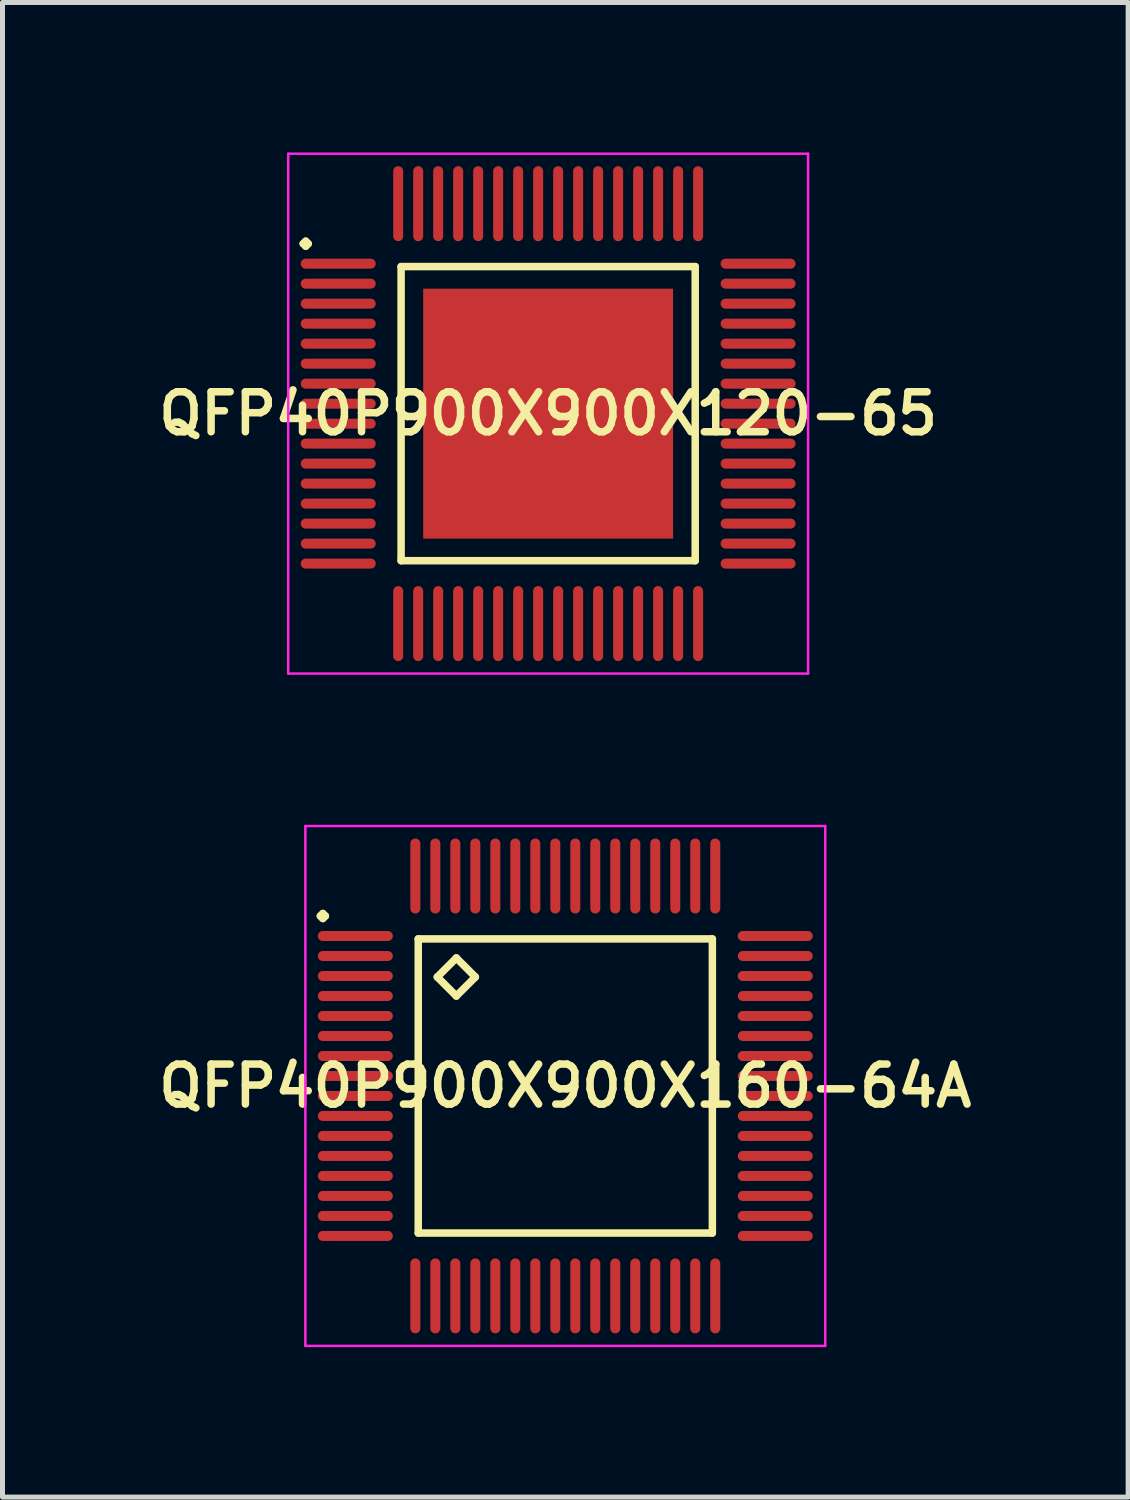
<source format=kicad_pcb>
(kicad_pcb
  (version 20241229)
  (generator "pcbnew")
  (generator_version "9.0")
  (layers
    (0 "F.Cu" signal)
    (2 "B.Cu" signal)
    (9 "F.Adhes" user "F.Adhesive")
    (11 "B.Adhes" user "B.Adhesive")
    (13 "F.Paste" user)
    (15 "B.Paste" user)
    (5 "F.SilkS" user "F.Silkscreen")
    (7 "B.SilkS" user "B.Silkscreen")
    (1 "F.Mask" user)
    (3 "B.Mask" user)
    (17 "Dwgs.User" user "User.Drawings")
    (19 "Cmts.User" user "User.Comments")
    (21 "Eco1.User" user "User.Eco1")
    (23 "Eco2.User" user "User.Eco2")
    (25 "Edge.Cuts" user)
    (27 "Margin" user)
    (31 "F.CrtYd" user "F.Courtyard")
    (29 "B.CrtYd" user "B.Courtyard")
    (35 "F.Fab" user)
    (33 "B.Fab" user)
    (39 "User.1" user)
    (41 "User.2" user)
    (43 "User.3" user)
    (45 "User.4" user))
  (footprint "QFP40P900X900X160-64A"
    (layer "F.Cu")
    (at 8.259 18.675)
    (property "Reference" "QFP40P900X900X160-64A" (at 0 0 0) (layer "F.SilkS") (effects (font (size 0.8 0.8) (thickness 0.15))))
    (attr smd)
    (fp_line (start -4.9 -3.4) (end -4.85 -3.45) (stroke (width 0.15) (type solid)) (layer "F.SilkS"))
    (fp_line (start -4.85 -3.45) (end -4.8 -3.4) (stroke (width 0.15) (type solid)) (layer "F.SilkS"))
    (fp_line (start -4.85 -3.35) (end -4.9 -3.4) (stroke (width 0.15) (type solid)) (layer "F.SilkS"))
    (fp_line (start -4.8 -3.4) (end -4.85 -3.35) (stroke (width 0.15) (type solid)) (layer "F.SilkS"))
    (fp_line (start -2.942 -2.942) (end -2.942 2.942) (stroke (width 0.15) (type solid)) (layer "F.SilkS"))
    (fp_line (start -2.942 2.942) (end 2.942 2.942) (stroke (width 0.15) (type solid)) (layer "F.SilkS"))
    (fp_line (start -2.561 -2.18) (end -2.18 -2.561) (stroke (width 0.15) (type solid)) (layer "F.SilkS"))
    (fp_line (start -2.18 -2.561) (end -1.799 -2.18) (stroke (width 0.15) (type solid)) (layer "F.SilkS"))
    (fp_line (start -2.18 -1.799) (end -2.561 -2.18) (stroke (width 0.15) (type solid)) (layer "F.SilkS"))
    (fp_line (start -1.799 -2.18) (end -2.18 -1.799) (stroke (width 0.15) (type solid)) (layer "F.SilkS"))
    (fp_line (start 2.942 -2.942) (end -2.942 -2.942) (stroke (width 0.15) (type solid)) (layer "F.SilkS"))
    (fp_line (start 2.942 2.942) (end 2.942 -2.942) (stroke (width 0.15) (type solid)) (layer "F.SilkS"))
    (fp_line (start -5.2 -5.2) (end 5.2 -5.2) (stroke (width 0.05) (type solid)) (layer "F.CrtYd"))
    (fp_line (start -5.2 5.2) (end -5.2 -5.2) (stroke (width 0.05) (type solid)) (layer "F.CrtYd"))
    (fp_line (start 5.2 -5.2) (end 5.2 5.2) (stroke (width 0.05) (type solid)) (layer "F.CrtYd"))
    (fp_line (start 5.2 5.2) (end -5.2 5.2) (stroke (width 0.05) (type solid)) (layer "F.CrtYd"))
    (pad "1" smd oval (at -4.2 -3) (size 1.5 0.2) (layers "F.Cu" "F.Mask" "F.Paste"))
    (pad "2" smd oval (at -4.2 -2.6) (size 1.5 0.2) (layers "F.Cu" "F.Mask" "F.Paste"))
    (pad "3" smd oval (at -4.2 -2.2) (size 1.5 0.2) (layers "F.Cu" "F.Mask" "F.Paste"))
    (pad "4" smd oval (at -4.2 -1.8) (size 1.5 0.2) (layers "F.Cu" "F.Mask" "F.Paste"))
    (pad "5" smd oval (at -4.2 -1.4) (size 1.5 0.2) (layers "F.Cu" "F.Mask" "F.Paste"))
    (pad "6" smd oval (at -4.2 -1) (size 1.5 0.2) (layers "F.Cu" "F.Mask" "F.Paste"))
    (pad "7" smd oval (at -4.2 -0.6) (size 1.5 0.2) (layers "F.Cu" "F.Mask" "F.Paste"))
    (pad "8" smd oval (at -4.2 -0.2) (size 1.5 0.2) (layers "F.Cu" "F.Mask" "F.Paste"))
    (pad "9" smd oval (at -4.2 0.2) (size 1.5 0.2) (layers "F.Cu" "F.Mask" "F.Paste"))
    (pad "10" smd oval (at -4.2 0.6) (size 1.5 0.2) (layers "F.Cu" "F.Mask" "F.Paste"))
    (pad "11" smd oval (at -4.2 1) (size 1.5 0.2) (layers "F.Cu" "F.Mask" "F.Paste"))
    (pad "12" smd oval (at -4.2 1.4) (size 1.5 0.2) (layers "F.Cu" "F.Mask" "F.Paste"))
    (pad "13" smd oval (at -4.2 1.8) (size 1.5 0.2) (layers "F.Cu" "F.Mask" "F.Paste"))
    (pad "14" smd oval (at -4.2 2.2) (size 1.5 0.2) (layers "F.Cu" "F.Mask" "F.Paste"))
    (pad "15" smd oval (at -4.2 2.6) (size 1.5 0.2) (layers "F.Cu" "F.Mask" "F.Paste"))
    (pad "16" smd oval (at -4.2 3) (size 1.5 0.2) (layers "F.Cu" "F.Mask" "F.Paste"))
    (pad "17" smd oval (at -3 4.2) (size 0.2 1.5) (layers "F.Cu" "F.Mask" "F.Paste"))
    (pad "18" smd oval (at -2.6 4.2) (size 0.2 1.5) (layers "F.Cu" "F.Mask" "F.Paste"))
    (pad "19" smd oval (at -2.2 4.2) (size 0.2 1.5) (layers "F.Cu" "F.Mask" "F.Paste"))
    (pad "20" smd oval (at -1.8 4.2) (size 0.2 1.5) (layers "F.Cu" "F.Mask" "F.Paste"))
    (pad "21" smd oval (at -1.4 4.2) (size 0.2 1.5) (layers "F.Cu" "F.Mask" "F.Paste"))
    (pad "22" smd oval (at -1 4.2) (size 0.2 1.5) (layers "F.Cu" "F.Mask" "F.Paste"))
    (pad "23" smd oval (at -0.6 4.2) (size 0.2 1.5) (layers "F.Cu" "F.Mask" "F.Paste"))
    (pad "24" smd oval (at -0.2 4.2) (size 0.2 1.5) (layers "F.Cu" "F.Mask" "F.Paste"))
    (pad "25" smd oval (at 0.2 4.2) (size 0.2 1.5) (layers "F.Cu" "F.Mask" "F.Paste"))
    (pad "26" smd oval (at 0.6 4.2) (size 0.2 1.5) (layers "F.Cu" "F.Mask" "F.Paste"))
    (pad "27" smd oval (at 1 4.2) (size 0.2 1.5) (layers "F.Cu" "F.Mask" "F.Paste"))
    (pad "28" smd oval (at 1.4 4.2) (size 0.2 1.5) (layers "F.Cu" "F.Mask" "F.Paste"))
    (pad "29" smd oval (at 1.8 4.2) (size 0.2 1.5) (layers "F.Cu" "F.Mask" "F.Paste"))
    (pad "30" smd oval (at 2.2 4.2) (size 0.2 1.5) (layers "F.Cu" "F.Mask" "F.Paste"))
    (pad "31" smd oval (at 2.6 4.2) (size 0.2 1.5) (layers "F.Cu" "F.Mask" "F.Paste"))
    (pad "32" smd oval (at 3 4.2) (size 0.2 1.5) (layers "F.Cu" "F.Mask" "F.Paste"))
    (pad "33" smd oval (at 4.2 3) (size 1.5 0.2) (layers "F.Cu" "F.Mask" "F.Paste"))
    (pad "34" smd oval (at 4.2 2.6) (size 1.5 0.2) (layers "F.Cu" "F.Mask" "F.Paste"))
    (pad "35" smd oval (at 4.2 2.2) (size 1.5 0.2) (layers "F.Cu" "F.Mask" "F.Paste"))
    (pad "36" smd oval (at 4.2 1.8) (size 1.5 0.2) (layers "F.Cu" "F.Mask" "F.Paste"))
    (pad "37" smd oval (at 4.2 1.4) (size 1.5 0.2) (layers "F.Cu" "F.Mask" "F.Paste"))
    (pad "38" smd oval (at 4.2 1) (size 1.5 0.2) (layers "F.Cu" "F.Mask" "F.Paste"))
    (pad "39" smd oval (at 4.2 0.6) (size 1.5 0.2) (layers "F.Cu" "F.Mask" "F.Paste"))
    (pad "40" smd oval (at 4.2 0.2) (size 1.5 0.2) (layers "F.Cu" "F.Mask" "F.Paste"))
    (pad "41" smd oval (at 4.2 -0.2) (size 1.5 0.2) (layers "F.Cu" "F.Mask" "F.Paste"))
    (pad "42" smd oval (at 4.2 -0.6) (size 1.5 0.2) (layers "F.Cu" "F.Mask" "F.Paste"))
    (pad "43" smd oval (at 4.2 -1) (size 1.5 0.2) (layers "F.Cu" "F.Mask" "F.Paste"))
    (pad "44" smd oval (at 4.2 -1.4) (size 1.5 0.2) (layers "F.Cu" "F.Mask" "F.Paste"))
    (pad "45" smd oval (at 4.2 -1.8) (size 1.5 0.2) (layers "F.Cu" "F.Mask" "F.Paste"))
    (pad "46" smd oval (at 4.2 -2.2) (size 1.5 0.2) (layers "F.Cu" "F.Mask" "F.Paste"))
    (pad "47" smd oval (at 4.2 -2.6) (size 1.5 0.2) (layers "F.Cu" "F.Mask" "F.Paste"))
    (pad "48" smd oval (at 4.2 -3) (size 1.5 0.2) (layers "F.Cu" "F.Mask" "F.Paste"))
    (pad "49" smd oval (at 3 -4.2) (size 0.2 1.5) (layers "F.Cu" "F.Mask" "F.Paste"))
    (pad "50" smd oval (at 2.6 -4.2) (size 0.2 1.5) (layers "F.Cu" "F.Mask" "F.Paste"))
    (pad "51" smd oval (at 2.2 -4.2) (size 0.2 1.5) (layers "F.Cu" "F.Mask" "F.Paste"))
    (pad "52" smd oval (at 1.8 -4.2) (size 0.2 1.5) (layers "F.Cu" "F.Mask" "F.Paste"))
    (pad "53" smd oval (at 1.4 -4.2) (size 0.2 1.5) (layers "F.Cu" "F.Mask" "F.Paste"))
    (pad "54" smd oval (at 1 -4.2) (size 0.2 1.5) (layers "F.Cu" "F.Mask" "F.Paste"))
    (pad "55" smd oval (at 0.6 -4.2) (size 0.2 1.5) (layers "F.Cu" "F.Mask" "F.Paste"))
    (pad "56" smd oval (at 0.2 -4.2) (size 0.2 1.5) (layers "F.Cu" "F.Mask" "F.Paste"))
    (pad "57" smd oval (at -0.2 -4.2) (size 0.2 1.5) (layers "F.Cu" "F.Mask" "F.Paste"))
    (pad "58" smd oval (at -0.6 -4.2) (size 0.2 1.5) (layers "F.Cu" "F.Mask" "F.Paste"))
    (pad "59" smd oval (at -1 -4.2) (size 0.2 1.5) (layers "F.Cu" "F.Mask" "F.Paste"))
    (pad "60" smd oval (at -1.4 -4.2) (size 0.2 1.5) (layers "F.Cu" "F.Mask" "F.Paste"))
    (pad "61" smd oval (at -1.8 -4.2) (size 0.2 1.5) (layers "F.Cu" "F.Mask" "F.Paste"))
    (pad "62" smd oval (at -2.2 -4.2) (size 0.2 1.5) (layers "F.Cu" "F.Mask" "F.Paste"))
    (pad "63" smd oval (at -2.6 -4.2) (size 0.2 1.5) (layers "F.Cu" "F.Mask" "F.Paste"))
    (pad "64" smd oval (at -3 -4.2) (size 0.2 1.5) (layers "F.Cu" "F.Mask" "F.Paste")))
  (footprint "QFP40P900X900X120-65"
    (layer "F.Cu")
    (at 7.916 5.225)
    (property "Reference" "QFP40P900X900X120-65" (at 0 0 0) (layer "F.SilkS") (effects (font (size 0.8 0.8) (thickness 0.15))))
    (attr smd)
    (fp_line (start -4.9 -3.4) (end -4.85 -3.45) (stroke (width 0.15) (type solid)) (layer "F.SilkS"))
    (fp_line (start -4.85 -3.45) (end -4.8 -3.4) (stroke (width 0.15) (type solid)) (layer "F.SilkS"))
    (fp_line (start -4.85 -3.35) (end -4.9 -3.4) (stroke (width 0.15) (type solid)) (layer "F.SilkS"))
    (fp_line (start -4.8 -3.4) (end -4.85 -3.35) (stroke (width 0.15) (type solid)) (layer "F.SilkS"))
    (fp_line (start -2.942 -2.942) (end -2.942 2.942) (stroke (width 0.15) (type solid)) (layer "F.SilkS"))
    (fp_line (start -2.942 2.942) (end 2.942 2.942) (stroke (width 0.15) (type solid)) (layer "F.SilkS"))
    (fp_line (start 2.942 -2.942) (end -2.942 -2.942) (stroke (width 0.15) (type solid)) (layer "F.SilkS"))
    (fp_line (start 2.942 2.942) (end 2.942 -2.942) (stroke (width 0.15) (type solid)) (layer "F.SilkS"))
    (fp_line (start -5.2 -5.2) (end 5.2 -5.2) (stroke (width 0.05) (type solid)) (layer "F.CrtYd"))
    (fp_line (start -5.2 5.2) (end -5.2 -5.2) (stroke (width 0.05) (type solid)) (layer "F.CrtYd"))
    (fp_line (start 5.2 -5.2) (end 5.2 5.2) (stroke (width 0.05) (type solid)) (layer "F.CrtYd"))
    (fp_line (start 5.2 5.2) (end -5.2 5.2) (stroke (width 0.05) (type solid)) (layer "F.CrtYd"))
    (pad "1" smd oval (at -4.2 -3) (size 1.5 0.2) (layers "F.Cu" "F.Mask" "F.Paste"))
    (pad "2" smd oval (at -4.2 -2.6) (size 1.5 0.2) (layers "F.Cu" "F.Mask" "F.Paste"))
    (pad "3" smd oval (at -4.2 -2.2) (size 1.5 0.2) (layers "F.Cu" "F.Mask" "F.Paste"))
    (pad "4" smd oval (at -4.2 -1.8) (size 1.5 0.2) (layers "F.Cu" "F.Mask" "F.Paste"))
    (pad "5" smd oval (at -4.2 -1.4) (size 1.5 0.2) (layers "F.Cu" "F.Mask" "F.Paste"))
    (pad "6" smd oval (at -4.2 -1) (size 1.5 0.2) (layers "F.Cu" "F.Mask" "F.Paste"))
    (pad "7" smd oval (at -4.2 -0.6) (size 1.5 0.2) (layers "F.Cu" "F.Mask" "F.Paste"))
    (pad "8" smd oval (at -4.2 -0.2) (size 1.5 0.2) (layers "F.Cu" "F.Mask" "F.Paste"))
    (pad "9" smd oval (at -4.2 0.2) (size 1.5 0.2) (layers "F.Cu" "F.Mask" "F.Paste"))
    (pad "10" smd oval (at -4.2 0.6) (size 1.5 0.2) (layers "F.Cu" "F.Mask" "F.Paste"))
    (pad "11" smd oval (at -4.2 1) (size 1.5 0.2) (layers "F.Cu" "F.Mask" "F.Paste"))
    (pad "12" smd oval (at -4.2 1.4) (size 1.5 0.2) (layers "F.Cu" "F.Mask" "F.Paste"))
    (pad "13" smd oval (at -4.2 1.8) (size 1.5 0.2) (layers "F.Cu" "F.Mask" "F.Paste"))
    (pad "14" smd oval (at -4.2 2.2) (size 1.5 0.2) (layers "F.Cu" "F.Mask" "F.Paste"))
    (pad "15" smd oval (at -4.2 2.6) (size 1.5 0.2) (layers "F.Cu" "F.Mask" "F.Paste"))
    (pad "16" smd oval (at -4.2 3) (size 1.5 0.2) (layers "F.Cu" "F.Mask" "F.Paste"))
    (pad "17" smd oval (at -3 4.2) (size 0.2 1.5) (layers "F.Cu" "F.Mask" "F.Paste"))
    (pad "18" smd oval (at -2.6 4.2) (size 0.2 1.5) (layers "F.Cu" "F.Mask" "F.Paste"))
    (pad "19" smd oval (at -2.2 4.2) (size 0.2 1.5) (layers "F.Cu" "F.Mask" "F.Paste"))
    (pad "20" smd oval (at -1.8 4.2) (size 0.2 1.5) (layers "F.Cu" "F.Mask" "F.Paste"))
    (pad "21" smd oval (at -1.4 4.2) (size 0.2 1.5) (layers "F.Cu" "F.Mask" "F.Paste"))
    (pad "22" smd oval (at -1 4.2) (size 0.2 1.5) (layers "F.Cu" "F.Mask" "F.Paste"))
    (pad "23" smd oval (at -0.6 4.2) (size 0.2 1.5) (layers "F.Cu" "F.Mask" "F.Paste"))
    (pad "24" smd oval (at -0.2 4.2) (size 0.2 1.5) (layers "F.Cu" "F.Mask" "F.Paste"))
    (pad "25" smd oval (at 0.2 4.2) (size 0.2 1.5) (layers "F.Cu" "F.Mask" "F.Paste"))
    (pad "26" smd oval (at 0.6 4.2) (size 0.2 1.5) (layers "F.Cu" "F.Mask" "F.Paste"))
    (pad "27" smd oval (at 1 4.2) (size 0.2 1.5) (layers "F.Cu" "F.Mask" "F.Paste"))
    (pad "28" smd oval (at 1.4 4.2) (size 0.2 1.5) (layers "F.Cu" "F.Mask" "F.Paste"))
    (pad "29" smd oval (at 1.8 4.2) (size 0.2 1.5) (layers "F.Cu" "F.Mask" "F.Paste"))
    (pad "30" smd oval (at 2.2 4.2) (size 0.2 1.5) (layers "F.Cu" "F.Mask" "F.Paste"))
    (pad "31" smd oval (at 2.6 4.2) (size 0.2 1.5) (layers "F.Cu" "F.Mask" "F.Paste"))
    (pad "32" smd oval (at 3 4.2) (size 0.2 1.5) (layers "F.Cu" "F.Mask" "F.Paste"))
    (pad "33" smd oval (at 4.2 3) (size 1.5 0.2) (layers "F.Cu" "F.Mask" "F.Paste"))
    (pad "34" smd oval (at 4.2 2.6) (size 1.5 0.2) (layers "F.Cu" "F.Mask" "F.Paste"))
    (pad "35" smd oval (at 4.2 2.2) (size 1.5 0.2) (layers "F.Cu" "F.Mask" "F.Paste"))
    (pad "36" smd oval (at 4.2 1.8) (size 1.5 0.2) (layers "F.Cu" "F.Mask" "F.Paste"))
    (pad "37" smd oval (at 4.2 1.4) (size 1.5 0.2) (layers "F.Cu" "F.Mask" "F.Paste"))
    (pad "38" smd oval (at 4.2 1) (size 1.5 0.2) (layers "F.Cu" "F.Mask" "F.Paste"))
    (pad "39" smd oval (at 4.2 0.6) (size 1.5 0.2) (layers "F.Cu" "F.Mask" "F.Paste"))
    (pad "40" smd oval (at 4.2 0.2) (size 1.5 0.2) (layers "F.Cu" "F.Mask" "F.Paste"))
    (pad "41" smd oval (at 4.2 -0.2) (size 1.5 0.2) (layers "F.Cu" "F.Mask" "F.Paste"))
    (pad "42" smd oval (at 4.2 -0.6) (size 1.5 0.2) (layers "F.Cu" "F.Mask" "F.Paste"))
    (pad "43" smd oval (at 4.2 -1) (size 1.5 0.2) (layers "F.Cu" "F.Mask" "F.Paste"))
    (pad "44" smd oval (at 4.2 -1.4) (size 1.5 0.2) (layers "F.Cu" "F.Mask" "F.Paste"))
    (pad "45" smd oval (at 4.2 -1.8) (size 1.5 0.2) (layers "F.Cu" "F.Mask" "F.Paste"))
    (pad "46" smd oval (at 4.2 -2.2) (size 1.5 0.2) (layers "F.Cu" "F.Mask" "F.Paste"))
    (pad "47" smd oval (at 4.2 -2.6) (size 1.5 0.2) (layers "F.Cu" "F.Mask" "F.Paste"))
    (pad "48" smd oval (at 4.2 -3) (size 1.5 0.2) (layers "F.Cu" "F.Mask" "F.Paste"))
    (pad "49" smd oval (at 3 -4.2) (size 0.2 1.5) (layers "F.Cu" "F.Mask" "F.Paste"))
    (pad "50" smd oval (at 2.6 -4.2) (size 0.2 1.5) (layers "F.Cu" "F.Mask" "F.Paste"))
    (pad "51" smd oval (at 2.2 -4.2) (size 0.2 1.5) (layers "F.Cu" "F.Mask" "F.Paste"))
    (pad "52" smd oval (at 1.8 -4.2) (size 0.2 1.5) (layers "F.Cu" "F.Mask" "F.Paste"))
    (pad "53" smd oval (at 1.4 -4.2) (size 0.2 1.5) (layers "F.Cu" "F.Mask" "F.Paste"))
    (pad "54" smd oval (at 1 -4.2) (size 0.2 1.5) (layers "F.Cu" "F.Mask" "F.Paste"))
    (pad "55" smd oval (at 0.6 -4.2) (size 0.2 1.5) (layers "F.Cu" "F.Mask" "F.Paste"))
    (pad "56" smd oval (at 0.2 -4.2) (size 0.2 1.5) (layers "F.Cu" "F.Mask" "F.Paste"))
    (pad "57" smd oval (at -0.2 -4.2) (size 0.2 1.5) (layers "F.Cu" "F.Mask" "F.Paste"))
    (pad "58" smd oval (at -0.6 -4.2) (size 0.2 1.5) (layers "F.Cu" "F.Mask" "F.Paste"))
    (pad "59" smd oval (at -1 -4.2) (size 0.2 1.5) (layers "F.Cu" "F.Mask" "F.Paste"))
    (pad "60" smd oval (at -1.4 -4.2) (size 0.2 1.5) (layers "F.Cu" "F.Mask" "F.Paste"))
    (pad "61" smd oval (at -1.8 -4.2) (size 0.2 1.5) (layers "F.Cu" "F.Mask" "F.Paste"))
    (pad "62" smd oval (at -2.2 -4.2) (size 0.2 1.5) (layers "F.Cu" "F.Mask" "F.Paste"))
    (pad "63" smd oval (at -2.6 -4.2) (size 0.2 1.5) (layers "F.Cu" "F.Mask" "F.Paste"))
    (pad "64" smd oval (at -3 -4.2) (size 0.2 1.5) (layers "F.Cu" "F.Mask" "F.Paste"))
    (pad "65" smd rect (at 0 0) (size 5 5) (layers "F.Cu" "F.Mask" "F.Paste")))
  (gr_rect
    (start -3 -3)
    (end 19.519 26.9)
    (stroke (width 0.1) (type default))
    (fill no)
    (layer "Edge.Cuts")))
</source>
